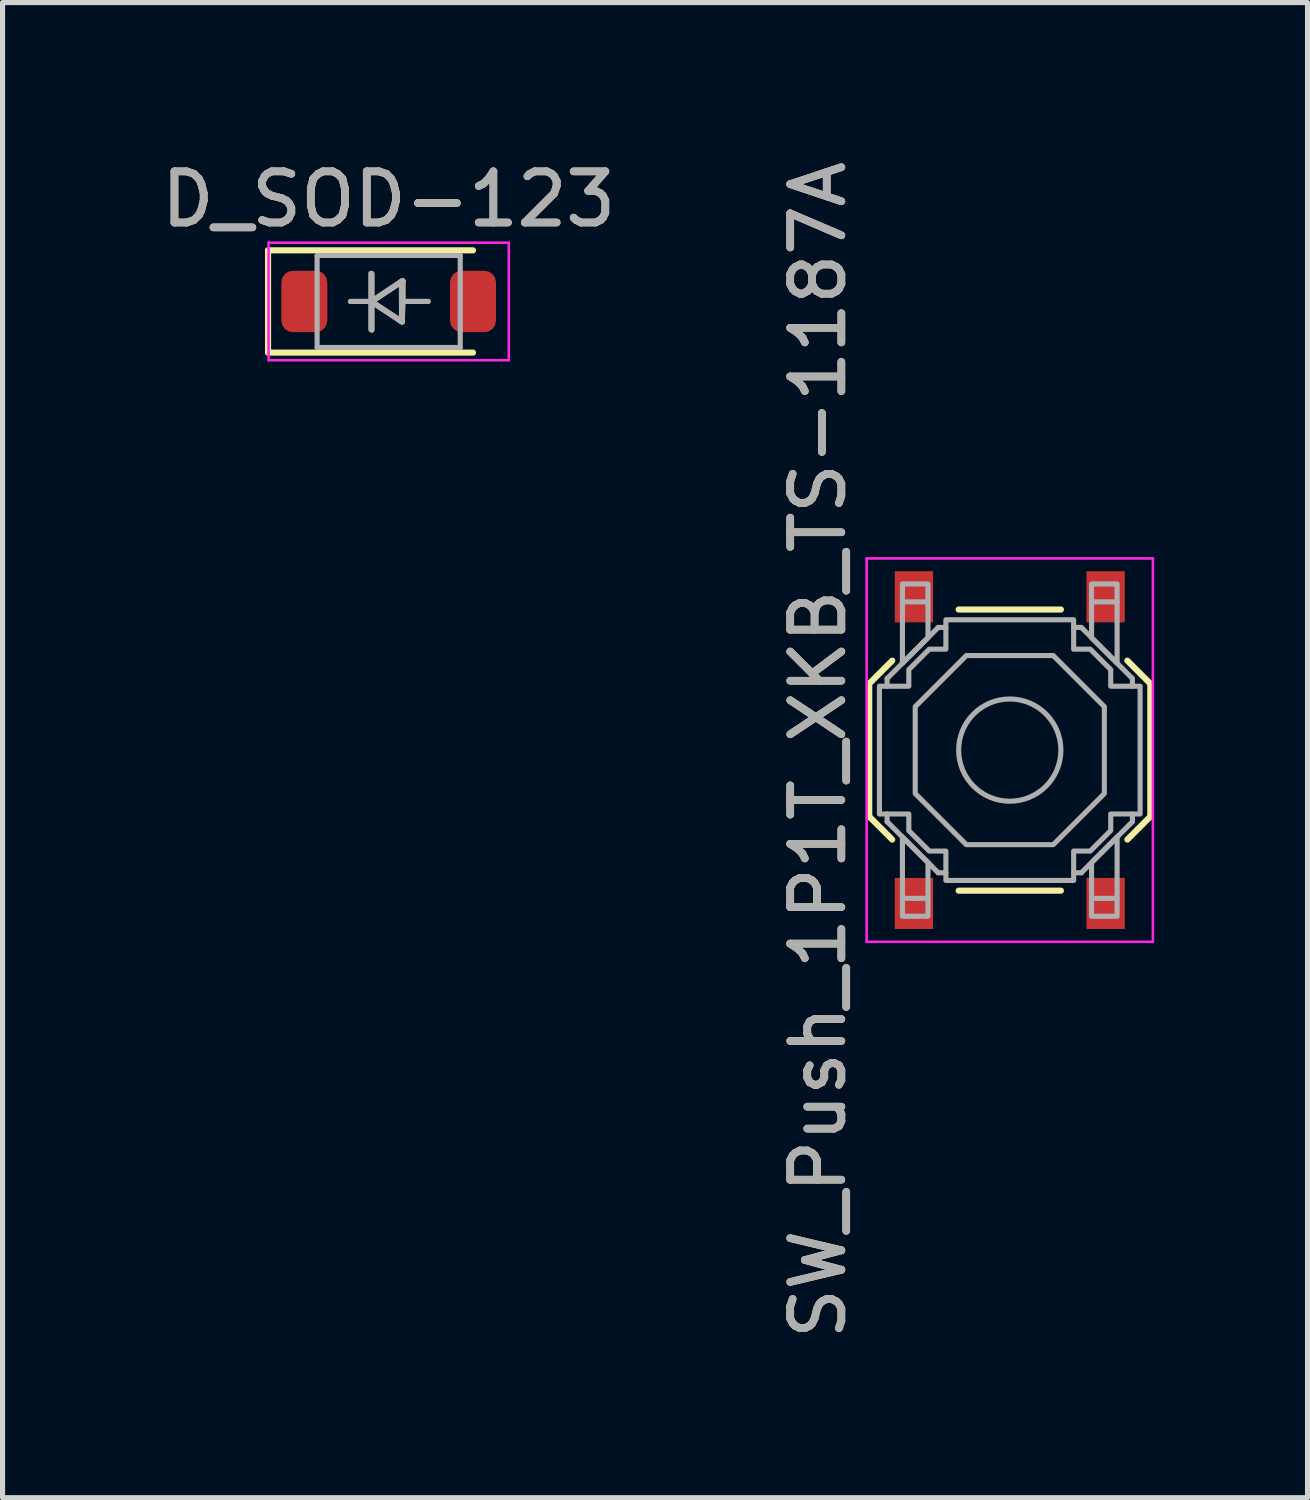
<source format=kicad_pcb>
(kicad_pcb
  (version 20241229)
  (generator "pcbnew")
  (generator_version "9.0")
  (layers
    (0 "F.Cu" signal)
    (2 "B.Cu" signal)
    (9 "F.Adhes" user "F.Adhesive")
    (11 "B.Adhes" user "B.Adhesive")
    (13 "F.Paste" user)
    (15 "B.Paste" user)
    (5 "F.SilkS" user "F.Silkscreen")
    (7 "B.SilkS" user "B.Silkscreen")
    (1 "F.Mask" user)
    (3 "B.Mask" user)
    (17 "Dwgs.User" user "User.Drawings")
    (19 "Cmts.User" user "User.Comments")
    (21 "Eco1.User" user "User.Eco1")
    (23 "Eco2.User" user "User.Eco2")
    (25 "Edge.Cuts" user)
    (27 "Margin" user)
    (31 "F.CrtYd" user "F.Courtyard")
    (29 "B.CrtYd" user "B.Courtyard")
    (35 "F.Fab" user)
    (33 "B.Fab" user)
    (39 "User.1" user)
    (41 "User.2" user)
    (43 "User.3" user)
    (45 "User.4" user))
  (footprint "D_SOD-123"
    (layer "F.Cu")
    (at 4.554 2.848)
    (property "Reference" "D_SOD-123" (at 0 -2 0) (layer "F.SilkS") (effects (font (size 1 1) (thickness 0.15))))
    (attr smd)
    (fp_line (start -2.36 -1) (end -2.36 1) (stroke (width 0.12) (type solid)) (layer "F.SilkS"))
    (fp_line (start -2.36 -1) (end 1.65 -1) (stroke (width 0.12) (type solid)) (layer "F.SilkS"))
    (fp_line (start -2.36 1) (end 1.65 1) (stroke (width 0.12) (type solid)) (layer "F.SilkS"))
    (fp_line (start -0.74 0) (end -0.35 0) (stroke (width 0.1) (type default)) (layer "F.SilkS"))
    (fp_line (start -0.336 0.007) (end 0.265 0.394) (stroke (width 0.1) (type default)) (layer "F.SilkS"))
    (fp_line (start -0.33 -0.54) (end -0.33 0.56) (stroke (width 0.1) (type default)) (layer "F.SilkS"))
    (fp_line (start 0.265 0.394) (end 0.28 0) (stroke (width 0.1) (type default)) (layer "F.SilkS"))
    (fp_line (start 0.28 -0.4) (end -0.336 0.007) (stroke (width 0.1) (type default)) (layer "F.SilkS"))
    (fp_line (start 0.28 0) (end 0.28 -0.4) (stroke (width 0.1) (type default)) (layer "F.SilkS"))
    (fp_line (start 0.77 0) (end 0.28 0) (stroke (width 0.1) (type default)) (layer "F.SilkS"))
    (fp_line (start -2.35 -1.15) (end -2.35 1.15) (stroke (width 0.05) (type solid)) (layer "F.CrtYd"))
    (fp_line (start -2.35 -1.15) (end 2.35 -1.15) (stroke (width 0.05) (type solid)) (layer "F.CrtYd"))
    (fp_line (start 2.35 -1.15) (end 2.35 1.15) (stroke (width 0.05) (type solid)) (layer "F.CrtYd"))
    (fp_line (start 2.35 1.15) (end -2.35 1.15) (stroke (width 0.05) (type solid)) (layer "F.CrtYd"))
    (fp_line (start -1.4 -0.9) (end 1.4 -0.9) (stroke (width 0.1) (type solid)) (layer "F.Fab"))
    (fp_line (start -1.4 0.9) (end -1.4 -0.9) (stroke (width 0.1) (type solid)) (layer "F.Fab"))
    (fp_line (start -0.75 0) (end -0.35 0) (stroke (width 0.1) (type solid)) (layer "F.Fab"))
    (fp_line (start -0.73 0) (end -0.33 0) (stroke (width 0.1) (type solid)) (layer "F.Fab"))
    (fp_line (start -0.35 0) (end -0.35 -0.55) (stroke (width 0.1) (type solid)) (layer "F.Fab"))
    (fp_line (start -0.35 0) (end -0.35 0.55) (stroke (width 0.1) (type solid)) (layer "F.Fab"))
    (fp_line (start -0.35 0) (end 0.25 -0.4) (stroke (width 0.1) (type solid)) (layer "F.Fab"))
    (fp_line (start -0.33 0) (end -0.33 -0.55) (stroke (width 0.1) (type solid)) (layer "F.Fab"))
    (fp_line (start -0.33 0) (end -0.33 0.55) (stroke (width 0.1) (type solid)) (layer "F.Fab"))
    (fp_line (start -0.33 0) (end 0.27 -0.4) (stroke (width 0.1) (type solid)) (layer "F.Fab"))
    (fp_line (start 0.25 -0.4) (end 0.25 0.4) (stroke (width 0.1) (type solid)) (layer "F.Fab"))
    (fp_line (start 0.25 0) (end 0.75 0) (stroke (width 0.1) (type solid)) (layer "F.Fab"))
    (fp_line (start 0.25 0.4) (end -0.35 0) (stroke (width 0.1) (type solid)) (layer "F.Fab"))
    (fp_line (start 0.27 -0.4) (end 0.27 0.4) (stroke (width 0.1) (type solid)) (layer "F.Fab"))
    (fp_line (start 0.27 0) (end 0.77 0) (stroke (width 0.1) (type solid)) (layer "F.Fab"))
    (fp_line (start 0.27 0.4) (end -0.33 0) (stroke (width 0.1) (type solid)) (layer "F.Fab"))
    (fp_line (start 1.4 -0.9) (end 1.4 0.9) (stroke (width 0.1) (type solid)) (layer "F.Fab"))
    (fp_line (start 1.4 0.9) (end -1.4 0.9) (stroke (width 0.1) (type solid)) (layer "F.Fab"))
    (fp_text user "${REFERENCE}" (at 0 -2 0) (layer "F.Fab") (effects (font (size 1 1) (thickness 0.15))))
    (pad "1" smd roundrect (at -1.65 0) (size 0.9 1.2) (layers "F.Cu" "F.Mask" "F.Paste") (roundrect_rratio 0.25))
    (pad "2" smd roundrect (at 1.65 0) (size 0.9 1.2) (layers "F.Cu" "F.Mask" "F.Paste") (roundrect_rratio 0.25)))
  (footprint "SW_Push_1P1T_XKB_TS-1187A"
    (layer "F.Cu")
    (at 16.705 11.625)
    (property "Reference" "SW_Push_1P1T_XKB_TS-1187A" (at -3.75 0 90) (layer "F.SilkS") (effects (font (size 1 1) (thickness 0.15))))
    (attr smd)
    (fp_line (start -2.75 1.3) (end -2.75 -1.3) (stroke (width 0.12) (type solid)) (layer "F.SilkS"))
    (fp_line (start -2.3 -1.75) (end -2.75 -1.3) (stroke (width 0.12) (type solid)) (layer "F.SilkS"))
    (fp_line (start -2.3 1.75) (end -2.75 1.3) (stroke (width 0.12) (type solid)) (layer "F.SilkS"))
    (fp_line (start -1 -2.75) (end 1 -2.75) (stroke (width 0.12) (type solid)) (layer "F.SilkS"))
    (fp_line (start -1 2.75) (end 1 2.75) (stroke (width 0.12) (type solid)) (layer "F.SilkS"))
    (fp_line (start 2.3 -1.75) (end 2.75 -1.3) (stroke (width 0.12) (type solid)) (layer "F.SilkS"))
    (fp_line (start 2.3 1.75) (end 2.75 1.3) (stroke (width 0.12) (type solid)) (layer "F.SilkS"))
    (fp_line (start 2.75 1.3) (end 2.75 -1.3) (stroke (width 0.12) (type solid)) (layer "F.SilkS"))
    (fp_line (start -2.8 -3.75) (end 2.8 -3.75) (stroke (width 0.05) (type solid)) (layer "F.CrtYd"))
    (fp_line (start -2.8 3.75) (end -2.8 -3.75) (stroke (width 0.05) (type solid)) (layer "F.CrtYd"))
    (fp_line (start 2.8 -3.75) (end 2.8 3.75) (stroke (width 0.05) (type solid)) (layer "F.CrtYd"))
    (fp_line (start 2.8 3.75) (end -2.8 3.75) (stroke (width 0.05) (type solid)) (layer "F.CrtYd"))
    (fp_line (start -2.4 -1.4) (end -1.4 -2.4) (stroke (width 0.1) (type solid)) (layer "F.Fab"))
    (fp_line (start -2.4 -1.25) (end -2.4 -1.4) (stroke (width 0.1) (type solid)) (layer "F.Fab"))
    (fp_line (start -2.4 1.4) (end -2.4 1.25) (stroke (width 0.1) (type solid)) (layer "F.Fab"))
    (fp_line (start -2.1 -2.9) (end -1.6 -2.9) (stroke (width 0.1) (type solid)) (layer "F.Fab"))
    (fp_line (start -2.1 2.9) (end -1.6 2.9) (stroke (width 0.1) (type solid)) (layer "F.Fab"))
    (fp_line (start -1.4 -2.4) (end -1.25 -2.4) (stroke (width 0.1) (type solid)) (layer "F.Fab"))
    (fp_line (start -1.4 2.4) (end -2.4 1.4) (stroke (width 0.1) (type solid)) (layer "F.Fab"))
    (fp_line (start -1.25 2.4) (end -1.4 2.4) (stroke (width 0.1) (type solid)) (layer "F.Fab"))
    (fp_line (start 1.25 -2.4) (end 1.4 -2.4) (stroke (width 0.1) (type solid)) (layer "F.Fab"))
    (fp_line (start 1.4 -2.4) (end 2.4 -1.4) (stroke (width 0.1) (type solid)) (layer "F.Fab"))
    (fp_line (start 1.4 2.4) (end 1.25 2.4) (stroke (width 0.1) (type solid)) (layer "F.Fab"))
    (fp_line (start 2.1 -2.9) (end 1.6 -2.9) (stroke (width 0.1) (type solid)) (layer "F.Fab"))
    (fp_line (start 2.1 2.9) (end 1.6 2.9) (stroke (width 0.1) (type solid)) (layer "F.Fab"))
    (fp_line (start 2.4 -1.4) (end 2.4 -1.25) (stroke (width 0.1) (type solid)) (layer "F.Fab"))
    (fp_line (start 2.4 1.25) (end 2.4 1.4) (stroke (width 0.1) (type solid)) (layer "F.Fab"))
    (fp_line (start 2.4 1.4) (end 1.4 2.4) (stroke (width 0.1) (type solid)) (layer "F.Fab"))
    (fp_circle (center 0 0) (end 0 -1) (stroke (width 0.1) (type solid)) (fill no) (layer "F.Fab"))
    (fp_poly (pts (xy -2.1 -1.7) (xy -1.6 -2.2) (xy -1.6 -3.25) (xy -2.1 -3.25)) (stroke (width 0.1) (type solid)) (fill no) (layer "F.Fab"))
    (fp_poly (pts (xy -2.1 1.7) (xy -1.6 2.2) (xy -1.6 3.25) (xy -2.1 3.25)) (stroke (width 0.1) (type solid)) (fill no) (layer "F.Fab"))
    (fp_poly (pts (xy 2.1 -1.7) (xy 1.6 -2.2) (xy 1.6 -3.25) (xy 2.1 -3.25)) (stroke (width 0.1) (type solid)) (fill no) (layer "F.Fab"))
    (fp_poly (pts (xy 2.1 1.7) (xy 1.6 2.2) (xy 1.6 3.25) (xy 2.1 3.25)) (stroke (width 0.1) (type solid)) (fill no) (layer "F.Fab"))
    (fp_poly (pts (xy -1.85 -0.85) (xy -0.85 -1.85) (xy 0.85 -1.85) (xy 1.85 -0.85) (xy 1.85 0.85) (xy 0.85 1.85) (xy -0.85 1.85) (xy -1.85 0.85)) (stroke (width 0.1) (type solid)) (fill no) (layer "F.Fab"))
    (fp_poly (pts (xy -2.55 1.25) (xy -2.55 -1.25) (xy -1.975 -1.25) (xy -1.975 -1.575) (xy -1.575 -1.975) (xy -1.25 -1.975) (xy -1.25 -2.55) (xy 1.25 -2.55) (xy 1.25 -1.975) (xy 1.575 -1.975) (xy 1.975 -1.575) (xy 1.975 -1.25) (xy 2.55 -1.25) (xy 2.55 1.25) (xy 1.975 1.25) (xy 1.975 1.575) (xy 1.575 1.975) (xy 1.25 1.975) (xy 1.25 2.55) (xy -1.25 2.55) (xy -1.25 1.975) (xy -1.575 1.975) (xy -1.975 1.575) (xy -1.975 1.25)) (stroke (width 0.1) (type solid)) (fill no) (layer "F.Fab"))
    (fp_text user "${REFERENCE}" (at -3.75 0 90) (layer "F.Fab") (effects (font (size 1 1) (thickness 0.15))))
    (pad "1" smd rect (at -1.875 -3 90) (size 1 0.75) (layers "F.Cu" "F.Mask" "F.Paste"))
    (pad "1" smd rect (at -1.875 3 90) (size 1 0.75) (layers "F.Cu" "F.Mask" "F.Paste"))
    (pad "2" smd rect (at 1.875 -3 90) (size 1 0.75) (layers "F.Cu" "F.Mask" "F.Paste"))
    (pad "2" smd rect (at 1.875 3 90) (size 1 0.75) (layers "F.Cu" "F.Mask" "F.Paste")))
  (gr_rect
    (start -3 -3)
    (end 22.53 26.25)
    (stroke (width 0.1) (type default))
    (fill no)
    (layer "Edge.Cuts")))
</source>
